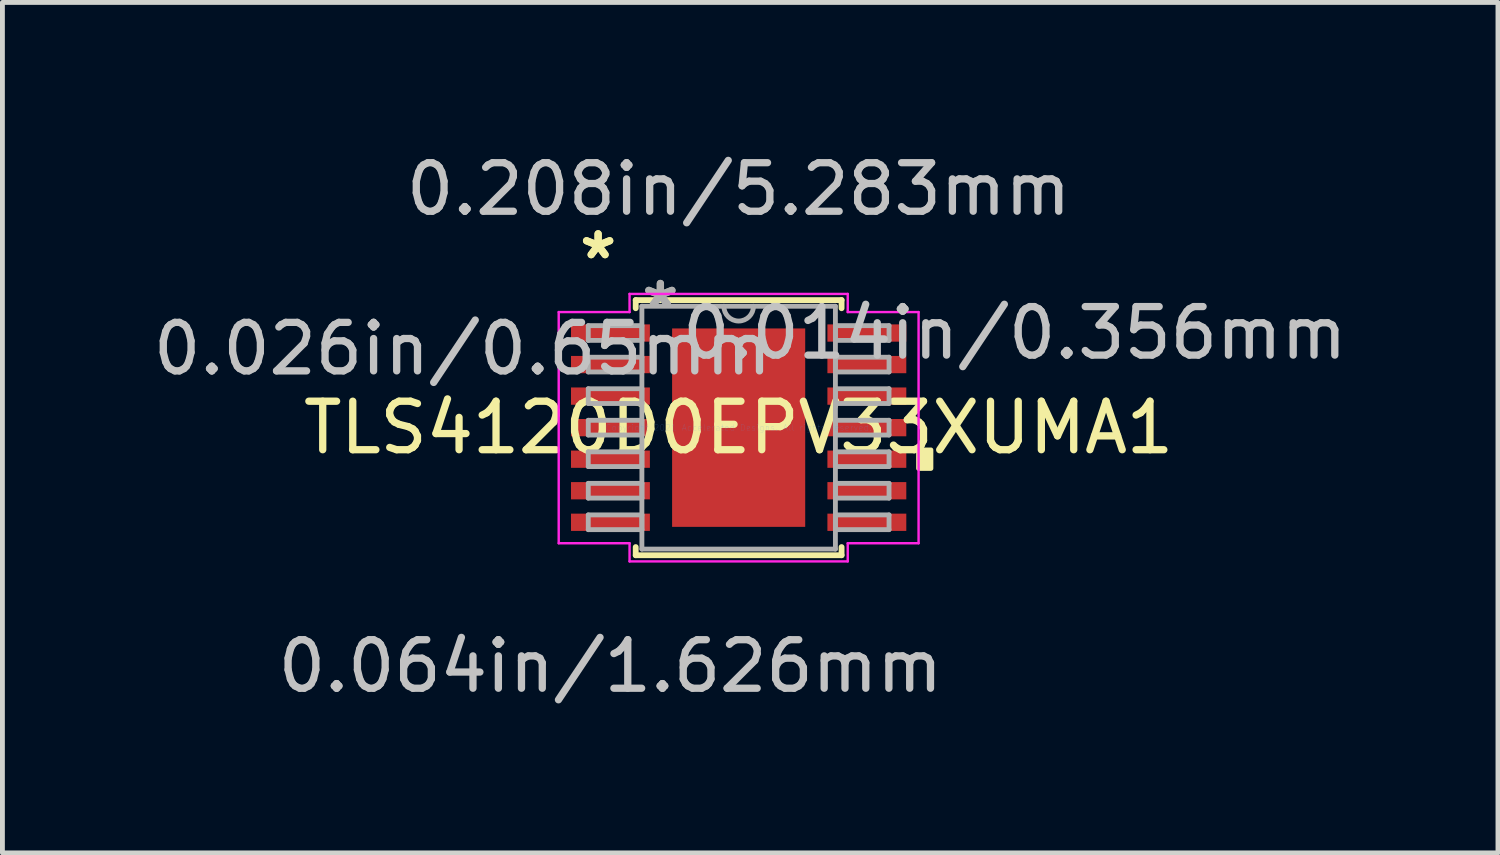
<source format=kicad_pcb>
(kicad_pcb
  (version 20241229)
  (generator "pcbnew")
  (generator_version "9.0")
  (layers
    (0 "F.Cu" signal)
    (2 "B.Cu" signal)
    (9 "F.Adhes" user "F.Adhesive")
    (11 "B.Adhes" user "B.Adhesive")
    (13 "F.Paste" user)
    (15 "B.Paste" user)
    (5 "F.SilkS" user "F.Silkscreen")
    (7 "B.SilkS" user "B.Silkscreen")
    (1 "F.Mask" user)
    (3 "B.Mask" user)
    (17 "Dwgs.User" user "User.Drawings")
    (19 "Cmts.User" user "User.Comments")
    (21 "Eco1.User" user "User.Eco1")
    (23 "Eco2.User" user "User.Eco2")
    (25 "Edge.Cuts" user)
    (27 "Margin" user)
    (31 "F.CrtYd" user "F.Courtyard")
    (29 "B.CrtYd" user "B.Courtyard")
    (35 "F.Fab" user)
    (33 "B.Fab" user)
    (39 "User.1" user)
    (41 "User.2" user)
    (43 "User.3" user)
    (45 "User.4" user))
  (footprint "TLS4120D0EPV33XUMA1"
    (layer "F.Cu")
    (at 12.172 5.763)
    (property "Reference" "TLS4120D0EPV33XUMA1" (at 0 0 0) (layer "F.SilkS") (effects (font (size 1 1) (thickness 0.15))))
    (attr through_hole)
    (fp_line (start -2.121 -2.629) (end -2.121 -2.461) (stroke (width 0.12) (type solid)) (layer "F.SilkS"))
    (fp_line (start -2.121 2.461) (end -2.121 2.629) (stroke (width 0.12) (type solid)) (layer "F.SilkS"))
    (fp_line (start -2.121 2.629) (end 2.121 2.629) (stroke (width 0.12) (type solid)) (layer "F.SilkS"))
    (fp_line (start 2.121 -2.629) (end -2.121 -2.629) (stroke (width 0.12) (type solid)) (layer "F.SilkS"))
    (fp_line (start 2.121 -2.461) (end 2.121 -2.629) (stroke (width 0.12) (type solid)) (layer "F.SilkS"))
    (fp_line (start 2.121 2.629) (end 2.121 2.461) (stroke (width 0.12) (type solid)) (layer "F.SilkS"))
    (fp_poly (pts (xy 3.962 0.459) (xy 3.962 0.84) (xy 3.708 0.84) (xy 3.708 0.459)) (stroke (width 0.1) (type solid)) (fill yes) (layer "F.SilkS"))
    (fp_line (start -3.708 -2.382) (end -2.248 -2.382) (stroke (width 0.05) (type solid)) (layer "F.CrtYd"))
    (fp_line (start -3.708 2.382) (end -3.708 -2.382) (stroke (width 0.05) (type solid)) (layer "F.CrtYd"))
    (fp_line (start -2.248 -2.756) (end 2.248 -2.756) (stroke (width 0.05) (type solid)) (layer "F.CrtYd"))
    (fp_line (start -2.248 -2.382) (end -2.248 -2.756) (stroke (width 0.05) (type solid)) (layer "F.CrtYd"))
    (fp_line (start -2.248 2.382) (end -3.708 2.382) (stroke (width 0.05) (type solid)) (layer "F.CrtYd"))
    (fp_line (start -2.248 2.756) (end -2.248 2.382) (stroke (width 0.05) (type solid)) (layer "F.CrtYd"))
    (fp_line (start 2.248 -2.756) (end 2.248 -2.382) (stroke (width 0.05) (type solid)) (layer "F.CrtYd"))
    (fp_line (start 2.248 -2.382) (end 3.708 -2.382) (stroke (width 0.05) (type solid)) (layer "F.CrtYd"))
    (fp_line (start 2.248 2.382) (end 2.248 2.756) (stroke (width 0.05) (type solid)) (layer "F.CrtYd"))
    (fp_line (start 2.248 2.756) (end -2.248 2.756) (stroke (width 0.05) (type solid)) (layer "F.CrtYd"))
    (fp_line (start 3.708 -2.382) (end 3.708 2.382) (stroke (width 0.05) (type solid)) (layer "F.CrtYd"))
    (fp_line (start 3.708 2.382) (end 2.248 2.382) (stroke (width 0.05) (type solid)) (layer "F.CrtYd"))
    (fp_line (start -3.099 -2.102) (end -3.099 -1.798) (stroke (width 0.1) (type solid)) (layer "F.Fab"))
    (fp_line (start -3.099 -1.798) (end -1.994 -1.798) (stroke (width 0.1) (type solid)) (layer "F.Fab"))
    (fp_line (start -3.099 -1.452) (end -3.099 -1.148) (stroke (width 0.1) (type solid)) (layer "F.Fab"))
    (fp_line (start -3.099 -1.148) (end -1.994 -1.148) (stroke (width 0.1) (type solid)) (layer "F.Fab"))
    (fp_line (start -3.099 -0.802) (end -3.099 -0.498) (stroke (width 0.1) (type solid)) (layer "F.Fab"))
    (fp_line (start -3.099 -0.498) (end -1.994 -0.498) (stroke (width 0.1) (type solid)) (layer "F.Fab"))
    (fp_line (start -3.099 -0.152) (end -3.099 0.152) (stroke (width 0.1) (type solid)) (layer "F.Fab"))
    (fp_line (start -3.099 0.152) (end -1.994 0.152) (stroke (width 0.1) (type solid)) (layer "F.Fab"))
    (fp_line (start -3.099 0.498) (end -3.099 0.802) (stroke (width 0.1) (type solid)) (layer "F.Fab"))
    (fp_line (start -3.099 0.802) (end -1.994 0.802) (stroke (width 0.1) (type solid)) (layer "F.Fab"))
    (fp_line (start -3.099 1.148) (end -3.099 1.452) (stroke (width 0.1) (type solid)) (layer "F.Fab"))
    (fp_line (start -3.099 1.452) (end -1.994 1.452) (stroke (width 0.1) (type solid)) (layer "F.Fab"))
    (fp_line (start -3.099 1.798) (end -3.099 2.102) (stroke (width 0.1) (type solid)) (layer "F.Fab"))
    (fp_line (start -3.099 2.102) (end -1.994 2.102) (stroke (width 0.1) (type solid)) (layer "F.Fab"))
    (fp_line (start -1.994 -2.502) (end -1.994 2.502) (stroke (width 0.1) (type solid)) (layer "F.Fab"))
    (fp_line (start -1.994 -2.102) (end -3.099 -2.102) (stroke (width 0.1) (type solid)) (layer "F.Fab"))
    (fp_line (start -1.994 -1.798) (end -1.994 -2.102) (stroke (width 0.1) (type solid)) (layer "F.Fab"))
    (fp_line (start -1.994 -1.452) (end -3.099 -1.452) (stroke (width 0.1) (type solid)) (layer "F.Fab"))
    (fp_line (start -1.994 -1.148) (end -1.994 -1.452) (stroke (width 0.1) (type solid)) (layer "F.Fab"))
    (fp_line (start -1.994 -0.802) (end -3.099 -0.802) (stroke (width 0.1) (type solid)) (layer "F.Fab"))
    (fp_line (start -1.994 -0.498) (end -1.994 -0.802) (stroke (width 0.1) (type solid)) (layer "F.Fab"))
    (fp_line (start -1.994 -0.152) (end -3.099 -0.152) (stroke (width 0.1) (type solid)) (layer "F.Fab"))
    (fp_line (start -1.994 0.152) (end -1.994 -0.152) (stroke (width 0.1) (type solid)) (layer "F.Fab"))
    (fp_line (start -1.994 0.498) (end -3.099 0.498) (stroke (width 0.1) (type solid)) (layer "F.Fab"))
    (fp_line (start -1.994 0.802) (end -1.994 0.498) (stroke (width 0.1) (type solid)) (layer "F.Fab"))
    (fp_line (start -1.994 1.148) (end -3.099 1.148) (stroke (width 0.1) (type solid)) (layer "F.Fab"))
    (fp_line (start -1.994 1.452) (end -1.994 1.148) (stroke (width 0.1) (type solid)) (layer "F.Fab"))
    (fp_line (start -1.994 1.798) (end -3.099 1.798) (stroke (width 0.1) (type solid)) (layer "F.Fab"))
    (fp_line (start -1.994 2.102) (end -1.994 1.798) (stroke (width 0.1) (type solid)) (layer "F.Fab"))
    (fp_line (start -1.994 2.502) (end 1.994 2.502) (stroke (width 0.1) (type solid)) (layer "F.Fab"))
    (fp_line (start 1.994 -2.502) (end -1.994 -2.502) (stroke (width 0.1) (type solid)) (layer "F.Fab"))
    (fp_line (start 1.994 -2.102) (end 1.994 -1.798) (stroke (width 0.1) (type solid)) (layer "F.Fab"))
    (fp_line (start 1.994 -1.798) (end 3.099 -1.798) (stroke (width 0.1) (type solid)) (layer "F.Fab"))
    (fp_line (start 1.994 -1.452) (end 1.994 -1.148) (stroke (width 0.1) (type solid)) (layer "F.Fab"))
    (fp_line (start 1.994 -1.148) (end 3.099 -1.148) (stroke (width 0.1) (type solid)) (layer "F.Fab"))
    (fp_line (start 1.994 -0.802) (end 1.994 -0.498) (stroke (width 0.1) (type solid)) (layer "F.Fab"))
    (fp_line (start 1.994 -0.498) (end 3.099 -0.498) (stroke (width 0.1) (type solid)) (layer "F.Fab"))
    (fp_line (start 1.994 -0.152) (end 1.994 0.152) (stroke (width 0.1) (type solid)) (layer "F.Fab"))
    (fp_line (start 1.994 0.152) (end 3.099 0.152) (stroke (width 0.1) (type solid)) (layer "F.Fab"))
    (fp_line (start 1.994 0.498) (end 1.994 0.802) (stroke (width 0.1) (type solid)) (layer "F.Fab"))
    (fp_line (start 1.994 0.802) (end 3.099 0.802) (stroke (width 0.1) (type solid)) (layer "F.Fab"))
    (fp_line (start 1.994 1.148) (end 1.994 1.452) (stroke (width 0.1) (type solid)) (layer "F.Fab"))
    (fp_line (start 1.994 1.452) (end 3.099 1.452) (stroke (width 0.1) (type solid)) (layer "F.Fab"))
    (fp_line (start 1.994 1.798) (end 1.994 2.102) (stroke (width 0.1) (type solid)) (layer "F.Fab"))
    (fp_line (start 1.994 2.102) (end 3.099 2.102) (stroke (width 0.1) (type solid)) (layer "F.Fab"))
    (fp_line (start 1.994 2.502) (end 1.994 -2.502) (stroke (width 0.1) (type solid)) (layer "F.Fab"))
    (fp_line (start 3.099 -2.102) (end 1.994 -2.102) (stroke (width 0.1) (type solid)) (layer "F.Fab"))
    (fp_line (start 3.099 -1.798) (end 3.099 -2.102) (stroke (width 0.1) (type solid)) (layer "F.Fab"))
    (fp_line (start 3.099 -1.452) (end 1.994 -1.452) (stroke (width 0.1) (type solid)) (layer "F.Fab"))
    (fp_line (start 3.099 -1.148) (end 3.099 -1.452) (stroke (width 0.1) (type solid)) (layer "F.Fab"))
    (fp_line (start 3.099 -0.802) (end 1.994 -0.802) (stroke (width 0.1) (type solid)) (layer "F.Fab"))
    (fp_line (start 3.099 -0.498) (end 3.099 -0.802) (stroke (width 0.1) (type solid)) (layer "F.Fab"))
    (fp_line (start 3.099 -0.152) (end 1.994 -0.152) (stroke (width 0.1) (type solid)) (layer "F.Fab"))
    (fp_line (start 3.099 0.152) (end 3.099 -0.152) (stroke (width 0.1) (type solid)) (layer "F.Fab"))
    (fp_line (start 3.099 0.498) (end 1.994 0.498) (stroke (width 0.1) (type solid)) (layer "F.Fab"))
    (fp_line (start 3.099 0.802) (end 3.099 0.498) (stroke (width 0.1) (type solid)) (layer "F.Fab"))
    (fp_line (start 3.099 1.148) (end 1.994 1.148) (stroke (width 0.1) (type solid)) (layer "F.Fab"))
    (fp_line (start 3.099 1.452) (end 3.099 1.148) (stroke (width 0.1) (type solid)) (layer "F.Fab"))
    (fp_line (start 3.099 1.798) (end 1.994 1.798) (stroke (width 0.1) (type solid)) (layer "F.Fab"))
    (fp_line (start 3.099 2.102) (end 3.099 1.798) (stroke (width 0.1) (type solid)) (layer "F.Fab"))
    (fp_arc (start 0.3048 -2.5019) (mid 0 -2.1971) (end -0.3048 -2.5019) (stroke (width 0.1) (type solid)) (layer "F.Fab"))
    (fp_text user "*" (at -2.896 -3.449 0) (layer "F.SilkS") (effects (font (size 1 1) (thickness 0.15))))
    (fp_text user "*" (at -2.896 -3.449 0) (layer "F.SilkS") (effects (font (size 1 1) (thickness 0.15))))
    (fp_text user "0.026in/0.65mm" (at -5.69 -1.625 0) (layer "Dwgs.User") (effects (font (size 1 1) (thickness 0.15))))
    (fp_text user "0.064in/1.626mm" (at -2.642 4.915 0) (layer "Dwgs.User") (effects (font (size 1 1) (thickness 0.15))))
    (fp_text user "0.208in/5.283mm" (at 0 -4.915 0) (layer "Dwgs.User") (effects (font (size 1 1) (thickness 0.15))))
    (fp_text user "0.014in/0.356mm" (at 5.69 -1.95 0) (layer "Dwgs.User") (effects (font (size 1 1) (thickness 0.15))))
    (fp_text user "Copyright 2021 Accelerated Designs. All rights reserved." (at 0 0 0) (layer "Cmts.User") (effects (font (size 0.127 0.127) (thickness 0.002))))
    (fp_text user "*" (at -1.613 -2.426 0) (layer "F.Fab") (effects (font (size 1 1) (thickness 0.15))))
    (fp_text user "*" (at -1.613 -2.426 0) (layer "F.Fab") (effects (font (size 1 1) (thickness 0.15))))
    (pad "1" smd rect (at -2.642 -1.95) (size 1.626 0.356) (layers "F.Cu" "F.Mask" "F.Paste"))
    (pad "2" smd rect (at -2.642 -1.3) (size 1.626 0.356) (layers "F.Cu" "F.Mask" "F.Paste"))
    (pad "3" smd rect (at -2.642 -0.65) (size 1.626 0.356) (layers "F.Cu" "F.Mask" "F.Paste"))
    (pad "4" smd rect (at -2.642 0) (size 1.626 0.356) (layers "F.Cu" "F.Mask" "F.Paste"))
    (pad "5" smd rect (at -2.642 0.65) (size 1.626 0.356) (layers "F.Cu" "F.Mask" "F.Paste"))
    (pad "6" smd rect (at -2.642 1.3) (size 1.626 0.356) (layers "F.Cu" "F.Mask" "F.Paste"))
    (pad "7" smd rect (at -2.642 1.95) (size 1.626 0.356) (layers "F.Cu" "F.Mask" "F.Paste"))
    (pad "8" smd rect (at 2.642 1.95) (size 1.626 0.356) (layers "F.Cu" "F.Mask" "F.Paste"))
    (pad "9" smd rect (at 2.642 1.3) (size 1.626 0.356) (layers "F.Cu" "F.Mask" "F.Paste"))
    (pad "10" smd rect (at 2.642 0.65) (size 1.626 0.356) (layers "F.Cu" "F.Mask" "F.Paste"))
    (pad "11" smd rect (at 2.642 0) (size 1.626 0.356) (layers "F.Cu" "F.Mask" "F.Paste"))
    (pad "12" smd rect (at 2.642 -0.65) (size 1.626 0.356) (layers "F.Cu" "F.Mask" "F.Paste"))
    (pad "13" smd rect (at 2.642 -1.3) (size 1.626 0.356) (layers "F.Cu" "F.Mask" "F.Paste"))
    (pad "14" smd rect (at 2.642 -1.95) (size 1.626 0.356) (layers "F.Cu" "F.Mask" "F.Paste"))
    (pad "15" smd rect (at 0 0) (size 2.743 4.089) (layers "F.Cu" "F.Mask" "F.Paste")))
  (gr_rect
    (start -3 -3)
    (end 27.82 14.526)
    (stroke (width 0.1) (type default))
    (fill no)
    (layer "Edge.Cuts")))
</source>
